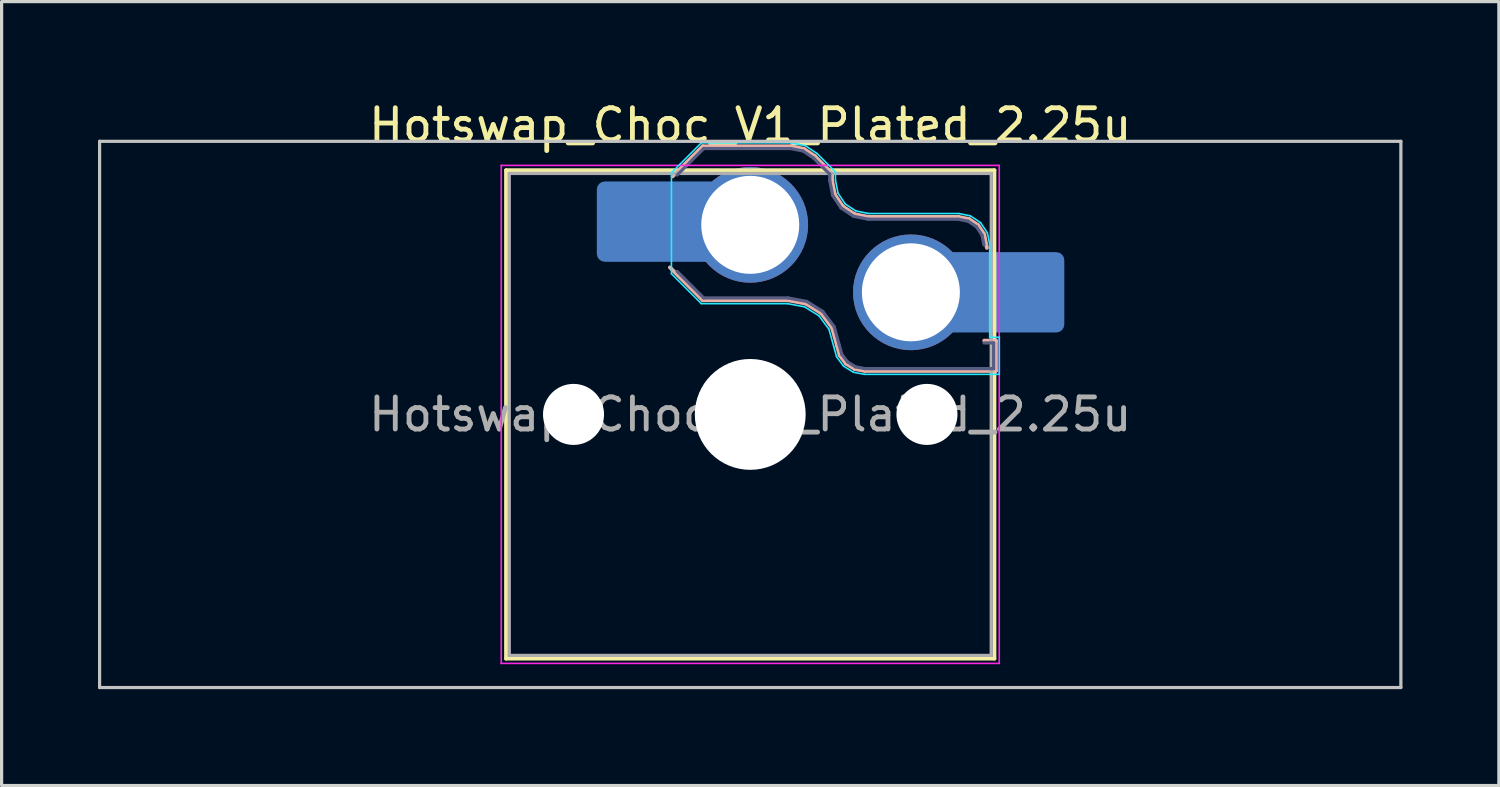
<source format=kicad_pcb>
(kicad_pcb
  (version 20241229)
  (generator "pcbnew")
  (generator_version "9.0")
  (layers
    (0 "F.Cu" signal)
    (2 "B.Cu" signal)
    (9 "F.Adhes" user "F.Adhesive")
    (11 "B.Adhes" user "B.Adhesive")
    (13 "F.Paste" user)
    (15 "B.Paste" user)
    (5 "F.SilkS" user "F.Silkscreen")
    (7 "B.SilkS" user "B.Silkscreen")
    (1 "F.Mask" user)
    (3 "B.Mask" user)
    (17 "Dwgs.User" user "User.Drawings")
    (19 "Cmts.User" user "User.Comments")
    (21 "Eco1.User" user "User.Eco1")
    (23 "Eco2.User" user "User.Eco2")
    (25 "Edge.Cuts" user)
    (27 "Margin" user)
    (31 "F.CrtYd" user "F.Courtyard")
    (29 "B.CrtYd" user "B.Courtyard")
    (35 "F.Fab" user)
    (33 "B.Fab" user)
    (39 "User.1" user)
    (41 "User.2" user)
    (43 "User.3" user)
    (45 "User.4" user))
  (footprint "Hotswap_Choc_V1_Plated_2.25u"
    (layer "F.Cu")
    (at 20.3 9.848)
    (property "Reference" "Hotswap_Choc_V1_Plated_2.25u" (at 0 -9 0) (layer "F.SilkS") (effects (font (size 1 1) (thickness 0.15))))
    (attr smd)
    (fp_line (start -7.6 -7.6) (end -7.6 7.6) (stroke (width 0.12) (type solid)) (layer "F.SilkS"))
    (fp_line (start -7.6 7.6) (end 7.6 7.6) (stroke (width 0.12) (type solid)) (layer "F.SilkS"))
    (fp_line (start 7.6 -7.6) (end -7.6 -7.6) (stroke (width 0.12) (type solid)) (layer "F.SilkS"))
    (fp_line (start 7.6 7.6) (end 7.6 -7.6) (stroke (width 0.12) (type solid)) (layer "F.SilkS"))
    (fp_line (start -2.416 -7.409) (end -1.479 -8.346) (stroke (width 0.12) (type solid)) (layer "B.SilkS"))
    (fp_line (start -1.479 -8.346) (end 1.268 -8.346) (stroke (width 0.12) (type solid)) (layer "B.SilkS"))
    (fp_line (start -1.479 -3.554) (end -2.5 -4.575) (stroke (width 0.12) (type solid)) (layer "B.SilkS"))
    (fp_line (start 1.168 -3.554) (end -1.479 -3.554) (stroke (width 0.12) (type solid)) (layer "B.SilkS"))
    (fp_line (start 1.268 -8.346) (end 1.671 -8.266) (stroke (width 0.12) (type solid)) (layer "B.SilkS"))
    (fp_line (start 1.671 -8.266) (end 2.013 -8.037) (stroke (width 0.12) (type solid)) (layer "B.SilkS"))
    (fp_line (start 1.73 -3.449) (end 1.168 -3.554) (stroke (width 0.12) (type solid)) (layer "B.SilkS"))
    (fp_line (start 2.013 -8.037) (end 2.546 -7.504) (stroke (width 0.12) (type solid)) (layer "B.SilkS"))
    (fp_line (start 2.209 -3.15) (end 1.73 -3.449) (stroke (width 0.12) (type solid)) (layer "B.SilkS"))
    (fp_line (start 2.546 -7.504) (end 2.546 -7.282) (stroke (width 0.12) (type solid)) (layer "B.SilkS"))
    (fp_line (start 2.546 -7.282) (end 2.633 -6.844) (stroke (width 0.12) (type solid)) (layer "B.SilkS"))
    (fp_line (start 2.547 -2.697) (end 2.209 -3.15) (stroke (width 0.12) (type solid)) (layer "B.SilkS"))
    (fp_line (start 2.633 -6.844) (end 2.877 -6.477) (stroke (width 0.12) (type solid)) (layer "B.SilkS"))
    (fp_line (start 2.701 -2.139) (end 2.547 -2.697) (stroke (width 0.12) (type solid)) (layer "B.SilkS"))
    (fp_line (start 2.783 -1.841) (end 2.701 -2.139) (stroke (width 0.12) (type solid)) (layer "B.SilkS"))
    (fp_line (start 2.877 -6.477) (end 3.244 -6.233) (stroke (width 0.12) (type solid)) (layer "B.SilkS"))
    (fp_line (start 2.976 -1.583) (end 2.783 -1.841) (stroke (width 0.12) (type solid)) (layer "B.SilkS"))
    (fp_line (start 3.244 -6.233) (end 3.682 -6.146) (stroke (width 0.12) (type solid)) (layer "B.SilkS"))
    (fp_line (start 3.25 -1.413) (end 2.976 -1.583) (stroke (width 0.12) (type solid)) (layer "B.SilkS"))
    (fp_line (start 3.56 -1.354) (end 3.25 -1.413) (stroke (width 0.12) (type solid)) (layer "B.SilkS"))
    (fp_line (start 3.682 -6.146) (end 6.482 -6.146) (stroke (width 0.12) (type solid)) (layer "B.SilkS"))
    (fp_line (start 6.482 -6.146) (end 6.809 -6.081) (stroke (width 0.12) (type solid)) (layer "B.SilkS"))
    (fp_line (start 6.809 -6.081) (end 7.092 -5.892) (stroke (width 0.12) (type solid)) (layer "B.SilkS"))
    (fp_line (start 7.092 -5.892) (end 7.281 -5.609) (stroke (width 0.12) (type solid)) (layer "B.SilkS"))
    (fp_line (start 7.281 -5.609) (end 7.366 -5.182) (stroke (width 0.12) (type solid)) (layer "B.SilkS"))
    (fp_line (start 7.283 -2.296) (end 7.646 -2.296) (stroke (width 0.12) (type solid)) (layer "B.SilkS"))
    (fp_line (start 7.646 -2.296) (end 7.646 -1.354) (stroke (width 0.12) (type solid)) (layer "B.SilkS"))
    (fp_line (start 7.646 -1.354) (end 3.56 -1.354) (stroke (width 0.12) (type solid)) (layer "B.SilkS"))
    (fp_line (start -20.25 -8.5) (end -20.25 8.5) (stroke (width 0.1) (type solid)) (layer "Dwgs.User"))
    (fp_line (start -20.25 8.5) (end 20.25 8.5) (stroke (width 0.1) (type solid)) (layer "Dwgs.User"))
    (fp_line (start 20.25 -8.5) (end -20.25 -8.5) (stroke (width 0.1) (type solid)) (layer "Dwgs.User"))
    (fp_line (start 20.25 8.5) (end 20.25 -8.5) (stroke (width 0.1) (type solid)) (layer "Dwgs.User"))
    (fp_line (start -7.25 -7.25) (end -7.25 7.25) (stroke (width 0.1) (type solid)) (layer "Eco1.User"))
    (fp_line (start -7.25 7.25) (end 7.25 7.25) (stroke (width 0.1) (type solid)) (layer "Eco1.User"))
    (fp_line (start 7.25 -7.25) (end -7.25 -7.25) (stroke (width 0.1) (type solid)) (layer "Eco1.User"))
    (fp_line (start 7.25 7.25) (end 7.25 -7.25) (stroke (width 0.1) (type solid)) (layer "Eco1.User"))
    (fp_line (start -2.452 -7.523) (end -1.523 -8.452) (stroke (width 0.05) (type solid)) (layer "B.CrtYd"))
    (fp_line (start -2.452 -4.377) (end -2.452 -7.523) (stroke (width 0.05) (type solid)) (layer "B.CrtYd"))
    (fp_line (start -1.523 -8.452) (end 1.278 -8.452) (stroke (width 0.05) (type solid)) (layer "B.CrtYd"))
    (fp_line (start -1.523 -3.448) (end -2.452 -4.377) (stroke (width 0.05) (type solid)) (layer "B.CrtYd"))
    (fp_line (start 1.159 -3.448) (end -1.523 -3.448) (stroke (width 0.05) (type solid)) (layer "B.CrtYd"))
    (fp_line (start 1.278 -8.452) (end 1.712 -8.366) (stroke (width 0.05) (type solid)) (layer "B.CrtYd"))
    (fp_line (start 1.691 -3.348) (end 1.159 -3.448) (stroke (width 0.05) (type solid)) (layer "B.CrtYd"))
    (fp_line (start 1.712 -8.366) (end 2.081 -8.119) (stroke (width 0.05) (type solid)) (layer "B.CrtYd"))
    (fp_line (start 2.081 -8.119) (end 2.652 -7.548) (stroke (width 0.05) (type solid)) (layer "B.CrtYd"))
    (fp_line (start 2.136 -3.071) (end 1.691 -3.348) (stroke (width 0.05) (type solid)) (layer "B.CrtYd"))
    (fp_line (start 2.45 -2.65) (end 2.136 -3.071) (stroke (width 0.05) (type solid)) (layer "B.CrtYd"))
    (fp_line (start 2.599 -2.111) (end 2.45 -2.65) (stroke (width 0.05) (type solid)) (layer "B.CrtYd"))
    (fp_line (start 2.652 -7.548) (end 2.652 -7.292) (stroke (width 0.05) (type solid)) (layer "B.CrtYd"))
    (fp_line (start 2.652 -7.292) (end 2.733 -6.885) (stroke (width 0.05) (type solid)) (layer "B.CrtYd"))
    (fp_line (start 2.687 -1.794) (end 2.599 -2.111) (stroke (width 0.05) (type solid)) (layer "B.CrtYd"))
    (fp_line (start 2.733 -6.885) (end 2.953 -6.553) (stroke (width 0.05) (type solid)) (layer "B.CrtYd"))
    (fp_line (start 2.903 -1.503) (end 2.687 -1.794) (stroke (width 0.05) (type solid)) (layer "B.CrtYd"))
    (fp_line (start 2.953 -6.553) (end 3.285 -6.333) (stroke (width 0.05) (type solid)) (layer "B.CrtYd"))
    (fp_line (start 3.211 -1.312) (end 2.903 -1.503) (stroke (width 0.05) (type solid)) (layer "B.CrtYd"))
    (fp_line (start 3.285 -6.333) (end 3.692 -6.252) (stroke (width 0.05) (type solid)) (layer "B.CrtYd"))
    (fp_line (start 3.55 -1.248) (end 3.211 -1.312) (stroke (width 0.05) (type solid)) (layer "B.CrtYd"))
    (fp_line (start 3.692 -6.252) (end 6.492 -6.252) (stroke (width 0.05) (type solid)) (layer "B.CrtYd"))
    (fp_line (start 6.492 -6.252) (end 6.85 -6.181) (stroke (width 0.05) (type solid)) (layer "B.CrtYd"))
    (fp_line (start 6.85 -6.181) (end 7.168 -5.968) (stroke (width 0.05) (type solid)) (layer "B.CrtYd"))
    (fp_line (start 7.168 -5.968) (end 7.381 -5.65) (stroke (width 0.05) (type solid)) (layer "B.CrtYd"))
    (fp_line (start 7.381 -5.65) (end 7.452 -5.292) (stroke (width 0.05) (type solid)) (layer "B.CrtYd"))
    (fp_line (start 7.452 -5.292) (end 7.452 -2.402) (stroke (width 0.05) (type solid)) (layer "B.CrtYd"))
    (fp_line (start 7.452 -2.402) (end 7.752 -2.402) (stroke (width 0.05) (type solid)) (layer "B.CrtYd"))
    (fp_line (start 7.752 -2.402) (end 7.752 -1.248) (stroke (width 0.05) (type solid)) (layer "B.CrtYd"))
    (fp_line (start 7.752 -1.248) (end 3.55 -1.248) (stroke (width 0.05) (type solid)) (layer "B.CrtYd"))
    (fp_line (start -7.75 -7.75) (end -7.75 7.75) (stroke (width 0.05) (type solid)) (layer "F.CrtYd"))
    (fp_line (start -7.75 7.75) (end 7.75 7.75) (stroke (width 0.05) (type solid)) (layer "F.CrtYd"))
    (fp_line (start 7.75 -7.75) (end -7.75 -7.75) (stroke (width 0.05) (type solid)) (layer "F.CrtYd"))
    (fp_line (start 7.75 7.75) (end 7.75 -7.75) (stroke (width 0.05) (type solid)) (layer "F.CrtYd"))
    (fp_line (start -2.275 -7.45) (end -1.45 -8.275) (stroke (width 0.1) (type solid)) (layer "B.Fab"))
    (fp_line (start -1.45 -8.275) (end 1.261 -8.275) (stroke (width 0.1) (type solid)) (layer "B.Fab"))
    (fp_line (start -1.45 -3.625) (end -2.275 -4.45) (stroke (width 0.1) (type solid)) (layer "B.Fab"))
    (fp_line (start 1.175 -3.625) (end -1.45 -3.625) (stroke (width 0.1) (type solid)) (layer "B.Fab"))
    (fp_line (start 1.261 -8.275) (end 1.643 -8.199) (stroke (width 0.1) (type solid)) (layer "B.Fab"))
    (fp_line (start 1.643 -8.199) (end 1.968 -7.982) (stroke (width 0.1) (type solid)) (layer "B.Fab"))
    (fp_line (start 1.756 -3.516) (end 1.175 -3.625) (stroke (width 0.1) (type solid)) (layer "B.Fab"))
    (fp_line (start 1.968 -7.982) (end 2.475 -7.475) (stroke (width 0.1) (type solid)) (layer "B.Fab"))
    (fp_line (start 2.258 -3.203) (end 1.756 -3.516) (stroke (width 0.1) (type solid)) (layer "B.Fab"))
    (fp_line (start 2.475 -7.475) (end 2.475 -7.275) (stroke (width 0.1) (type solid)) (layer "B.Fab"))
    (fp_line (start 2.475 -7.275) (end 2.566 -6.816) (stroke (width 0.1) (type solid)) (layer "B.Fab"))
    (fp_line (start 2.566 -6.816) (end 2.826 -6.426) (stroke (width 0.1) (type solid)) (layer "B.Fab"))
    (fp_line (start 2.612 -2.729) (end 2.258 -3.203) (stroke (width 0.1) (type solid)) (layer "B.Fab"))
    (fp_line (start 2.769 -2.158) (end 2.612 -2.729) (stroke (width 0.1) (type solid)) (layer "B.Fab"))
    (fp_line (start 2.826 -6.426) (end 3.216 -6.166) (stroke (width 0.1) (type solid)) (layer "B.Fab"))
    (fp_line (start 2.848 -1.873) (end 2.769 -2.158) (stroke (width 0.1) (type solid)) (layer "B.Fab"))
    (fp_line (start 3.025 -1.636) (end 2.848 -1.873) (stroke (width 0.1) (type solid)) (layer "B.Fab"))
    (fp_line (start 3.216 -6.166) (end 3.675 -6.075) (stroke (width 0.1) (type solid)) (layer "B.Fab"))
    (fp_line (start 3.276 -1.48) (end 3.025 -1.636) (stroke (width 0.1) (type solid)) (layer "B.Fab"))
    (fp_line (start 3.567 -1.425) (end 3.276 -1.48) (stroke (width 0.1) (type solid)) (layer "B.Fab"))
    (fp_line (start 3.675 -6.075) (end 6.475 -6.075) (stroke (width 0.1) (type solid)) (layer "B.Fab"))
    (fp_line (start 6.475 -6.075) (end 6.781 -6.014) (stroke (width 0.1) (type solid)) (layer "B.Fab"))
    (fp_line (start 6.781 -6.014) (end 7.041 -5.841) (stroke (width 0.1) (type solid)) (layer "B.Fab"))
    (fp_line (start 7.041 -5.841) (end 7.214 -5.581) (stroke (width 0.1) (type solid)) (layer "B.Fab"))
    (fp_line (start 7.214 -5.581) (end 7.275 -5.275) (stroke (width 0.1) (type solid)) (layer "B.Fab"))
    (fp_line (start 7.275 -2.225) (end 7.575 -2.225) (stroke (width 0.1) (type solid)) (layer "B.Fab"))
    (fp_line (start 7.575 -2.225) (end 7.575 -1.425) (stroke (width 0.1) (type solid)) (layer "B.Fab"))
    (fp_line (start 7.575 -1.425) (end 3.567 -1.425) (stroke (width 0.1) (type solid)) (layer "B.Fab"))
    (fp_line (start -7.5 -7.5) (end -7.5 7.5) (stroke (width 0.1) (type solid)) (layer "F.Fab"))
    (fp_line (start -7.5 7.5) (end 7.5 7.5) (stroke (width 0.1) (type solid)) (layer "F.Fab"))
    (fp_line (start 7.5 -7.5) (end -7.5 -7.5) (stroke (width 0.1) (type solid)) (layer "F.Fab"))
    (fp_line (start 7.5 7.5) (end 7.5 -7.5) (stroke (width 0.1) (type solid)) (layer "F.Fab"))
    (fp_text user "${REFERENCE}" (at 0 0 0) (layer "F.Fab") (effects (font (size 1 1) (thickness 0.15))))
    (pad "" np_thru_hole circle (at -5.5 0) (size 1.9 1.9) (drill 1.9) (layers "*.Cu" "*.Mask"))
    (pad "" smd roundrect (at -3.5 -6) (size 2.55 2.5) (layers "B.Mask" "B.Paste") (roundrect_rratio 0.1))
    (pad "" np_thru_hole circle (at 0 0) (size 3.45 3.45) (drill 3.45) (layers "*.Cu" "*.Mask"))
    (pad "" np_thru_hole circle (at 5.5 0) (size 1.9 1.9) (drill 1.9) (layers "*.Cu" "*.Mask"))
    (pad "" smd roundrect (at 8.5 -3.8) (size 2.55 2.5) (layers "B.Mask" "B.Paste") (roundrect_rratio 0.1))
    (pad "1" smd roundrect (at -2.85 -6) (size 3.85 2.5) (layers "B.Cu") (roundrect_rratio 0.1))
    (pad "1" thru_hole circle (at 0 -5.9) (size 3.6 3.6) (drill 3.05) (layers "*.Cu" "*.Mask"))
    (pad "2" thru_hole circle (at 5 -3.8) (size 3.6 3.6) (drill 3.05) (layers "*.Cu" "*.Mask"))
    (pad "2" smd roundrect (at 7.85 -3.8) (size 3.85 2.5) (layers "B.Cu") (roundrect_rratio 0.1)))
  (gr_rect
    (start -3 -3)
    (end 43.6 21.398)
    (stroke (width 0.1) (type default))
    (fill no)
    (layer "Edge.Cuts")))
</source>
